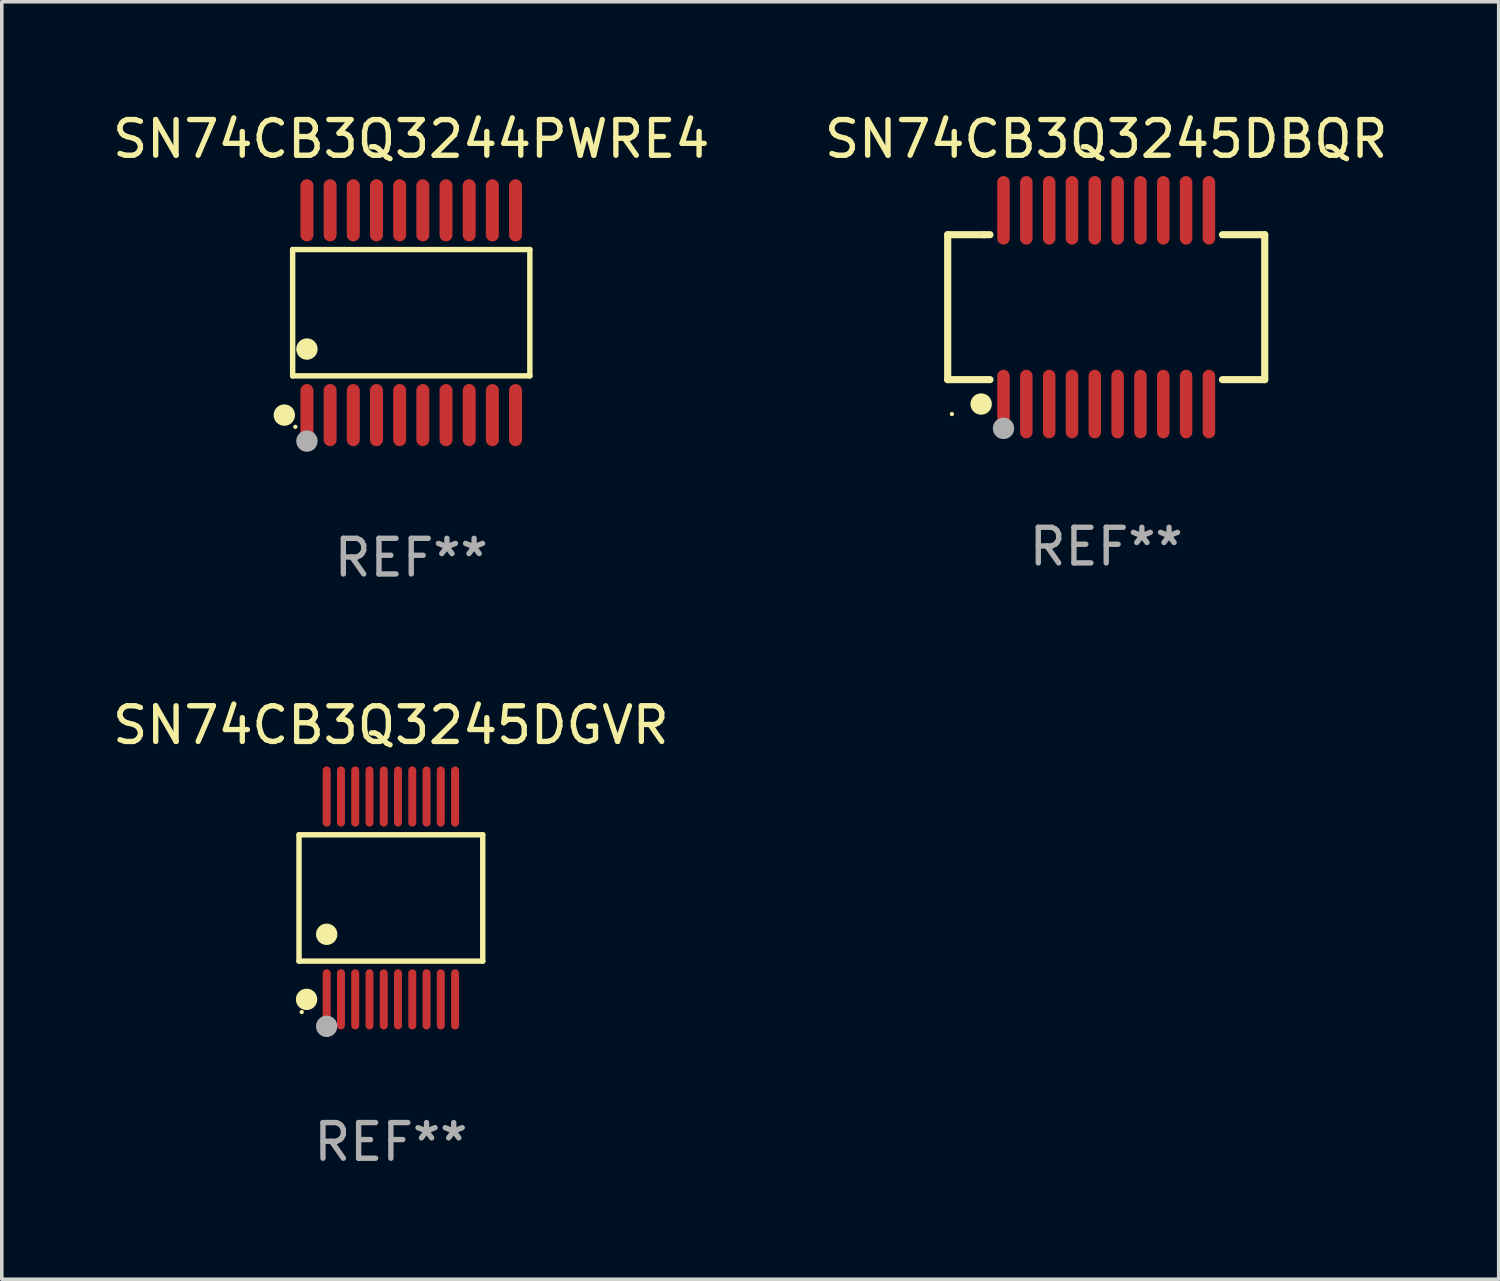
<source format=kicad_pcb>
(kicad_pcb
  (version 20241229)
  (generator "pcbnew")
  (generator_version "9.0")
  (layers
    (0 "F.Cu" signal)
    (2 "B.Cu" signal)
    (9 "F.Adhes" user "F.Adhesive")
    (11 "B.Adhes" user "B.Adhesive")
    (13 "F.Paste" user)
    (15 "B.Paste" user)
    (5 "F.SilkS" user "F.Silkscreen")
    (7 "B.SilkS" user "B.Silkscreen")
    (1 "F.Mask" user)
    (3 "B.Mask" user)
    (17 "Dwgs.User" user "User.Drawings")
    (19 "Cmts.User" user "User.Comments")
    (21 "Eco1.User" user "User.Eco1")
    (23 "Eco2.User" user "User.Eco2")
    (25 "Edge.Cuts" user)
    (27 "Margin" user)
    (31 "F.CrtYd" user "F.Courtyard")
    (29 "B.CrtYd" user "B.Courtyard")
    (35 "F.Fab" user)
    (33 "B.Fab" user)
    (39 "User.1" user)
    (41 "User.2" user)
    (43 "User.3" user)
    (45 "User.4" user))
  (footprint "SN74CB3Q3244PWRE4"
    (layer "F.Cu")
    (at 8.482 5.719)
    (property "Reference" "SN74CB3Q3244PWRE4" (at 0 -4.871 0) (layer "F.SilkS") (effects (font (size 1 1) (thickness 0.15))))
    (attr through_hole)
    (fp_line (start -3.326 -1.771) (end 3.326 -1.771) (stroke (width 0.152) (type solid)) (layer "F.SilkS"))
    (fp_line (start -3.326 1.771) (end -3.326 -1.771) (stroke (width 0.152) (type solid)) (layer "F.SilkS"))
    (fp_line (start 3.326 -1.771) (end 3.326 1.771) (stroke (width 0.152) (type solid)) (layer "F.SilkS"))
    (fp_line (start 3.326 1.771) (end -3.326 1.771) (stroke (width 0.152) (type solid)) (layer "F.SilkS"))
    (fp_circle (center -3.559 2.871) (end -3.409 2.871) (stroke (width 0.3) (type solid)) (fill no) (layer "F.SilkS"))
    (fp_circle (center -3.25 3.2) (end -3.22 3.2) (stroke (width 0.06) (type solid)) (fill no) (layer "F.SilkS"))
    (fp_circle (center -2.925 1.019) (end -2.775 1.019) (stroke (width 0.3) (type solid)) (fill no) (layer "F.SilkS"))
    (fp_circle (center -2.925 3.6) (end -2.775 3.6) (stroke (width 0.3) (type solid)) (fill no) (layer "F.Fab"))
    (fp_text user "REF**" (at 0 6.871 0) (layer "F.Fab") (effects (font (size 1 1) (thickness 0.15))))
    (pad "1" smd oval (at -2.925 2.871) (size 0.364 1.742) (layers "F.Cu" "F.Mask" "F.Paste"))
    (pad "2" smd oval (at -2.275 2.871) (size 0.364 1.742) (layers "F.Cu" "F.Mask" "F.Paste"))
    (pad "3" smd oval (at -1.625 2.871) (size 0.364 1.742) (layers "F.Cu" "F.Mask" "F.Paste"))
    (pad "4" smd oval (at -0.975 2.871) (size 0.364 1.742) (layers "F.Cu" "F.Mask" "F.Paste"))
    (pad "5" smd oval (at -0.325 2.871) (size 0.364 1.742) (layers "F.Cu" "F.Mask" "F.Paste"))
    (pad "6" smd oval (at 0.325 2.871) (size 0.364 1.742) (layers "F.Cu" "F.Mask" "F.Paste"))
    (pad "7" smd oval (at 0.975 2.871) (size 0.364 1.742) (layers "F.Cu" "F.Mask" "F.Paste"))
    (pad "8" smd oval (at 1.625 2.871) (size 0.364 1.742) (layers "F.Cu" "F.Mask" "F.Paste"))
    (pad "9" smd oval (at 2.275 2.871) (size 0.364 1.742) (layers "F.Cu" "F.Mask" "F.Paste"))
    (pad "10" smd oval (at 2.925 2.871) (size 0.364 1.742) (layers "F.Cu" "F.Mask" "F.Paste"))
    (pad "11" smd oval (at 2.925 -2.871) (size 0.364 1.742) (layers "F.Cu" "F.Mask" "F.Paste"))
    (pad "12" smd oval (at 2.275 -2.871) (size 0.364 1.742) (layers "F.Cu" "F.Mask" "F.Paste"))
    (pad "13" smd oval (at 1.625 -2.871) (size 0.364 1.742) (layers "F.Cu" "F.Mask" "F.Paste"))
    (pad "14" smd oval (at 0.975 -2.871) (size 0.364 1.742) (layers "F.Cu" "F.Mask" "F.Paste"))
    (pad "15" smd oval (at 0.325 -2.871) (size 0.364 1.742) (layers "F.Cu" "F.Mask" "F.Paste"))
    (pad "16" smd oval (at -0.325 -2.871) (size 0.364 1.742) (layers "F.Cu" "F.Mask" "F.Paste"))
    (pad "17" smd oval (at -0.975 -2.871) (size 0.364 1.742) (layers "F.Cu" "F.Mask" "F.Paste"))
    (pad "18" smd oval (at -1.625 -2.871) (size 0.364 1.742) (layers "F.Cu" "F.Mask" "F.Paste"))
    (pad "19" smd oval (at -2.275 -2.871) (size 0.364 1.742) (layers "F.Cu" "F.Mask" "F.Paste"))
    (pad "20" smd oval (at -2.925 -2.871) (size 0.364 1.742) (layers "F.Cu" "F.Mask" "F.Paste")))
  (footprint "SN74CB3Q3245DBQR"
    (layer "F.Cu")
    (at 27.97 5.564)
    (property "Reference" "SN74CB3Q3245DBQR" (at 0 -4.716 0) (layer "F.SilkS") (effects (font (size 1 1) (thickness 0.15))))
    (attr through_hole)
    (fp_line (start -4.445 -2.032) (end -4.445 2.032) (stroke (width 0.2) (type solid)) (layer "F.SilkS"))
    (fp_line (start -4.445 2.032) (end -3.259 2.032) (stroke (width 0.2) (type solid)) (layer "F.SilkS"))
    (fp_line (start -3.429 -2.032) (end -4.445 -2.032) (stroke (width 0.2) (type solid)) (layer "F.SilkS"))
    (fp_line (start -3.259 -2.032) (end -3.429 -2.032) (stroke (width 0.2) (type solid)) (layer "F.SilkS"))
    (fp_line (start 3.259 2.032) (end 4.445 2.032) (stroke (width 0.2) (type solid)) (layer "F.SilkS"))
    (fp_line (start 4.445 -2.032) (end 3.259 -2.032) (stroke (width 0.2) (type solid)) (layer "F.SilkS"))
    (fp_line (start 4.445 2.032) (end 4.445 -2.032) (stroke (width 0.2) (type solid)) (layer "F.SilkS"))
    (fp_circle (center -4.327 2.997) (end -4.297 2.997) (stroke (width 0.06) (type solid)) (fill no) (layer "F.SilkS"))
    (fp_circle (center -3.507 2.716) (end -3.357 2.716) (stroke (width 0.3) (type solid)) (fill no) (layer "F.SilkS"))
    (fp_circle (center -2.88 3.398) (end -2.73 3.398) (stroke (width 0.3) (type solid)) (fill no) (layer "F.Fab"))
    (fp_text user "REF**" (at 0 6.716 0) (layer "F.Fab") (effects (font (size 1 1) (thickness 0.15))))
    (pad "1" smd oval (at -2.88 2.716) (size 0.35 1.922) (layers "F.Cu" "F.Mask" "F.Paste"))
    (pad "2" smd oval (at -2.24 2.716) (size 0.35 1.922) (layers "F.Cu" "F.Mask" "F.Paste"))
    (pad "3" smd oval (at -1.6 2.716) (size 0.35 1.922) (layers "F.Cu" "F.Mask" "F.Paste"))
    (pad "4" smd oval (at -0.96 2.716) (size 0.35 1.922) (layers "F.Cu" "F.Mask" "F.Paste"))
    (pad "5" smd oval (at -0.32 2.716) (size 0.35 1.922) (layers "F.Cu" "F.Mask" "F.Paste"))
    (pad "6" smd oval (at 0.32 2.716) (size 0.35 1.922) (layers "F.Cu" "F.Mask" "F.Paste"))
    (pad "7" smd oval (at 0.96 2.716) (size 0.35 1.922) (layers "F.Cu" "F.Mask" "F.Paste"))
    (pad "8" smd oval (at 1.6 2.716) (size 0.35 1.922) (layers "F.Cu" "F.Mask" "F.Paste"))
    (pad "9" smd oval (at 2.24 2.716) (size 0.35 1.922) (layers "F.Cu" "F.Mask" "F.Paste"))
    (pad "10" smd oval (at 2.88 2.716) (size 0.35 1.922) (layers "F.Cu" "F.Mask" "F.Paste"))
    (pad "11" smd oval (at 2.88 -2.716) (size 0.35 1.922) (layers "F.Cu" "F.Mask" "F.Paste"))
    (pad "12" smd oval (at 2.24 -2.716) (size 0.35 1.922) (layers "F.Cu" "F.Mask" "F.Paste"))
    (pad "13" smd oval (at 1.6 -2.716) (size 0.35 1.922) (layers "F.Cu" "F.Mask" "F.Paste"))
    (pad "14" smd oval (at 0.96 -2.716) (size 0.35 1.922) (layers "F.Cu" "F.Mask" "F.Paste"))
    (pad "15" smd oval (at 0.32 -2.716) (size 0.35 1.922) (layers "F.Cu" "F.Mask" "F.Paste"))
    (pad "16" smd oval (at -0.32 -2.716) (size 0.35 1.922) (layers "F.Cu" "F.Mask" "F.Paste"))
    (pad "17" smd oval (at -0.96 -2.716) (size 0.35 1.922) (layers "F.Cu" "F.Mask" "F.Paste"))
    (pad "18" smd oval (at -1.6 -2.716) (size 0.35 1.922) (layers "F.Cu" "F.Mask" "F.Paste"))
    (pad "19" smd oval (at -2.24 -2.716) (size 0.35 1.922) (layers "F.Cu" "F.Mask" "F.Paste"))
    (pad "20" smd oval (at -2.88 -2.716) (size 0.35 1.922) (layers "F.Cu" "F.Mask" "F.Paste")))
  (footprint "SN74CB3Q3245DGVR"
    (layer "F.Cu")
    (at 7.911 22.13)
    (property "Reference" "SN74CB3Q3245DGVR" (at 0 -4.844 0) (layer "F.SilkS") (effects (font (size 1 1) (thickness 0.15))))
    (attr through_hole)
    (fp_line (start -2.576 -1.771) (end 2.576 -1.771) (stroke (width 0.152) (type solid)) (layer "F.SilkS"))
    (fp_line (start -2.576 1.771) (end -2.576 -1.771) (stroke (width 0.152) (type solid)) (layer "F.SilkS"))
    (fp_line (start 2.576 -1.771) (end 2.576 1.771) (stroke (width 0.152) (type solid)) (layer "F.SilkS"))
    (fp_line (start 2.576 1.771) (end -2.576 1.771) (stroke (width 0.152) (type solid)) (layer "F.SilkS"))
    (fp_circle (center -2.5 3.2) (end -2.47 3.2) (stroke (width 0.06) (type solid)) (fill no) (layer "F.SilkS"))
    (fp_circle (center -2.364 2.844) (end -2.214 2.844) (stroke (width 0.3) (type solid)) (fill no) (layer "F.SilkS"))
    (fp_circle (center -1.8 1.019) (end -1.65 1.019) (stroke (width 0.3) (type solid)) (fill no) (layer "F.SilkS"))
    (fp_circle (center -1.8 3.6) (end -1.65 3.6) (stroke (width 0.3) (type solid)) (fill no) (layer "F.Fab"))
    (fp_text user "REF**" (at 0 6.844 0) (layer "F.Fab") (effects (font (size 1 1) (thickness 0.15))))
    (pad "1" smd oval (at -1.8 2.844) (size 0.224 1.687) (layers "F.Cu" "F.Mask" "F.Paste"))
    (pad "2" smd oval (at -1.4 2.844) (size 0.224 1.687) (layers "F.Cu" "F.Mask" "F.Paste"))
    (pad "3" smd oval (at -1 2.844) (size 0.224 1.687) (layers "F.Cu" "F.Mask" "F.Paste"))
    (pad "4" smd oval (at -0.6 2.844) (size 0.224 1.687) (layers "F.Cu" "F.Mask" "F.Paste"))
    (pad "5" smd oval (at -0.2 2.844) (size 0.224 1.687) (layers "F.Cu" "F.Mask" "F.Paste"))
    (pad "6" smd oval (at 0.2 2.844) (size 0.224 1.687) (layers "F.Cu" "F.Mask" "F.Paste"))
    (pad "7" smd oval (at 0.6 2.844) (size 0.224 1.687) (layers "F.Cu" "F.Mask" "F.Paste"))
    (pad "8" smd oval (at 1 2.844) (size 0.224 1.687) (layers "F.Cu" "F.Mask" "F.Paste"))
    (pad "9" smd oval (at 1.4 2.844) (size 0.224 1.687) (layers "F.Cu" "F.Mask" "F.Paste"))
    (pad "10" smd oval (at 1.8 2.844) (size 0.224 1.687) (layers "F.Cu" "F.Mask" "F.Paste"))
    (pad "11" smd oval (at 1.8 -2.844) (size 0.224 1.687) (layers "F.Cu" "F.Mask" "F.Paste"))
    (pad "12" smd oval (at 1.4 -2.844) (size 0.224 1.687) (layers "F.Cu" "F.Mask" "F.Paste"))
    (pad "13" smd oval (at 1 -2.844) (size 0.224 1.687) (layers "F.Cu" "F.Mask" "F.Paste"))
    (pad "14" smd oval (at 0.6 -2.844) (size 0.224 1.687) (layers "F.Cu" "F.Mask" "F.Paste"))
    (pad "15" smd oval (at 0.2 -2.844) (size 0.224 1.687) (layers "F.Cu" "F.Mask" "F.Paste"))
    (pad "16" smd oval (at -0.2 -2.844) (size 0.224 1.687) (layers "F.Cu" "F.Mask" "F.Paste"))
    (pad "17" smd oval (at -0.6 -2.844) (size 0.224 1.687) (layers "F.Cu" "F.Mask" "F.Paste"))
    (pad "18" smd oval (at -1 -2.844) (size 0.224 1.687) (layers "F.Cu" "F.Mask" "F.Paste"))
    (pad "19" smd oval (at -1.4 -2.844) (size 0.224 1.687) (layers "F.Cu" "F.Mask" "F.Paste"))
    (pad "20" smd oval (at -1.8 -2.844) (size 0.224 1.687) (layers "F.Cu" "F.Mask" "F.Paste")))
  (gr_rect
    (start -3 -3)
    (end 38.976 32.822)
    (stroke (width 0.1) (type default))
    (fill no)
    (layer "Edge.Cuts")))
</source>
